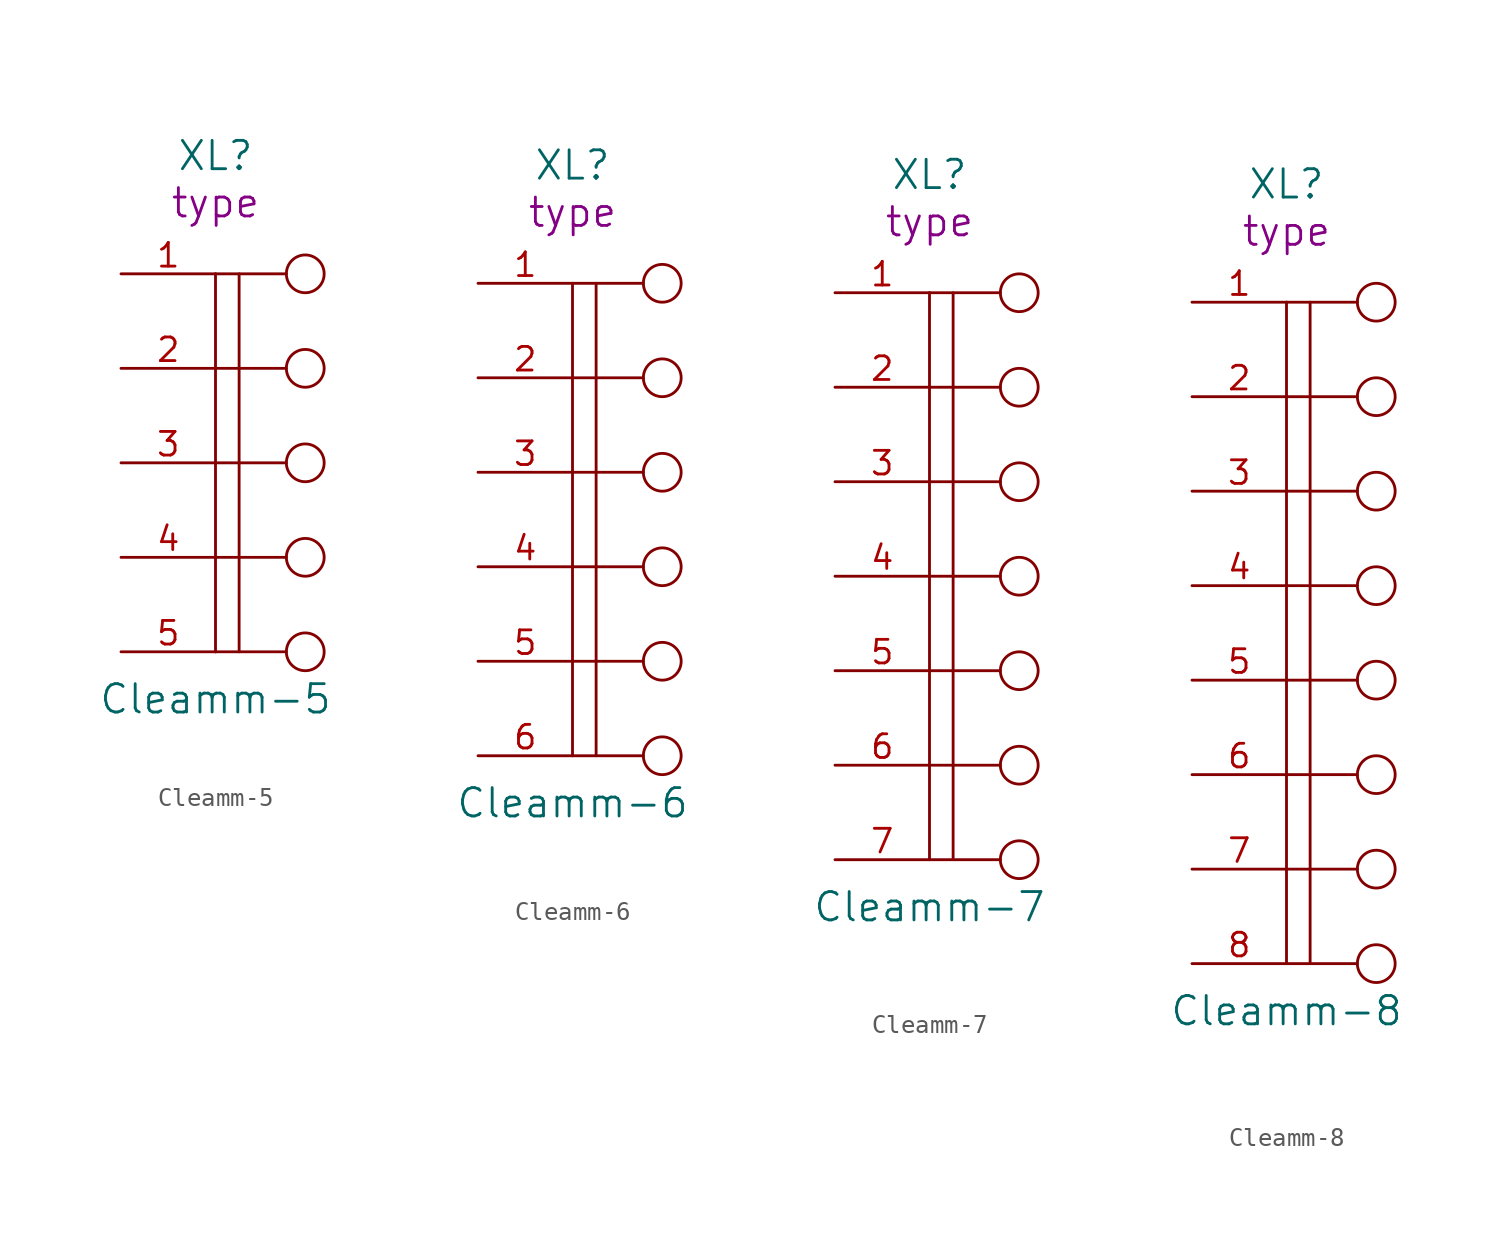
<source format=kicad_sym>
(kicad_symbol_lib
  (version 20220914)
  (generator kicad_symbol_editor)
  (symbol "Cleamm-5"
    (pin_names
      (offset 1.016) hide)
    (property "Reference" "XL"
      (at -3.81 16.51 0)
      (do_not_autoplace)
      (effects (font (size 1.524 1.524))))
    (property "Value" "Cleamm-5"
      (at -3.81 -12.7 0)
      (do_not_autoplace)
      (effects (font (size 1.524 1.524))))
    (property "Datasheet" ""
      (at 0 0 0)
      (effects (font (size 1.524 1.524))))
    (property "Type" "type"
      (at -3.81 13.97 0)
      (do_not_autoplace)
      (effects (font (size 1.524 1.524))))
    (symbol "Cleamm-5_0_1"
      (polyline (pts (xy -3.81 10.16) (xy -3.81 -10.16)) (stroke (width 0) (type solid)) (fill (type none)))
      (polyline (pts (xy -2.54 10.16) (xy -2.54 -10.16)) (stroke (width 0) (type solid)) (fill (type none)))
      (polyline (pts (xy 0 -10.16) (xy -3.81 -10.16)) (stroke (width 0) (type solid)) (fill (type none)))
      (polyline (pts (xy 0 -5.08) (xy -3.81 -5.08)) (stroke (width 0) (type solid)) (fill (type none)))
      (polyline (pts (xy 0 0) (xy -3.81 0)) (stroke (width 0) (type solid)) (fill (type none)))
      (polyline (pts (xy 0 5.08) (xy -3.81 5.08)) (stroke (width 0) (type solid)) (fill (type none)))
      (polyline (pts (xy 0 10.16) (xy -3.81 10.16)) (stroke (width 0) (type solid)) (fill (type none)))
      (circle (center 1.016 -10.16) (radius 1.016) (stroke (width 0) (type solid)) (fill (type none)))
      (circle (center 1.016 -5.08) (radius 1.016) (stroke (width 0) (type solid)) (fill (type none)))
      (circle (center 1.016 0) (radius 1.016) (stroke (width 0) (type solid)) (fill (type none)))
      (circle (center 1.016 5.08) (radius 1.016) (stroke (width 0) (type solid)) (fill (type none)))
      (circle (center 1.016 10.16) (radius 1.016) (stroke (width 0) (type solid)) (fill (type none))))
    (symbol "Cleamm-5_1_1"
      (pin passive line (at -8.89 10.16 0) (length 5.08) (name "~" (effects (font (size 1.27 1.27)))) (number "1" (effects (font (size 1.27 1.27)))))
      (pin passive line (at -8.89 5.08 0) (length 5.08) (name "~" (effects (font (size 1.27 1.27)))) (number "2" (effects (font (size 1.27 1.27)))))
      (pin passive line (at -8.89 0 0) (length 5.08) (name "~" (effects (font (size 1.27 1.27)))) (number "3" (effects (font (size 1.27 1.27)))))
      (pin passive line (at -8.89 -5.08 0) (length 5.08) (name "~" (effects (font (size 1.27 1.27)))) (number "4" (effects (font (size 1.27 1.27)))))
      (pin passive line (at -8.89 -10.16 0) (length 5.08) (name "~" (effects (font (size 1.27 1.27)))) (number "5" (effects (font (size 1.27 1.27)))))))
  (symbol "Cleamm-6"
    (pin_names
      (offset 1.016) hide)
    (property "Reference" "XL"
      (at -3.81 19.05 0)
      (do_not_autoplace)
      (effects (font (size 1.524 1.524))))
    (property "Value" "Cleamm-6"
      (at -3.81 -15.24 0)
      (do_not_autoplace)
      (effects (font (size 1.524 1.524))))
    (property "Datasheet" ""
      (at 0 2.54 0)
      (effects (font (size 1.524 1.524))))
    (property "Type" "type"
      (at -3.81 16.51 0)
      (do_not_autoplace)
      (effects (font (size 1.524 1.524))))
    (symbol "Cleamm-6_0_1"
      (polyline (pts (xy -3.81 12.7) (xy -3.81 -12.7)) (stroke (width 0) (type solid)) (fill (type none)))
      (polyline (pts (xy -2.54 12.7) (xy -2.54 -12.7)) (stroke (width 0) (type solid)) (fill (type none)))
      (polyline (pts (xy 0 -12.7) (xy -3.81 -12.7)) (stroke (width 0) (type solid)) (fill (type none)))
      (polyline (pts (xy 0 -7.62) (xy -3.81 -7.62)) (stroke (width 0) (type solid)) (fill (type none)))
      (polyline (pts (xy 0 -2.54) (xy -3.81 -2.54)) (stroke (width 0) (type solid)) (fill (type none)))
      (polyline (pts (xy 0 2.54) (xy -3.81 2.54)) (stroke (width 0) (type solid)) (fill (type none)))
      (polyline (pts (xy 0 7.62) (xy -3.81 7.62)) (stroke (width 0) (type solid)) (fill (type none)))
      (polyline (pts (xy 0 12.7) (xy -3.81 12.7)) (stroke (width 0) (type solid)) (fill (type none)))
      (circle (center 1.016 -12.7) (radius 1.016) (stroke (width 0) (type solid)) (fill (type none)))
      (circle (center 1.016 -7.62) (radius 1.016) (stroke (width 0) (type solid)) (fill (type none)))
      (circle (center 1.016 -2.54) (radius 1.016) (stroke (width 0) (type solid)) (fill (type none)))
      (circle (center 1.016 2.54) (radius 1.016) (stroke (width 0) (type solid)) (fill (type none)))
      (circle (center 1.016 7.62) (radius 1.016) (stroke (width 0) (type solid)) (fill (type none)))
      (circle (center 1.016 12.7) (radius 1.016) (stroke (width 0) (type solid)) (fill (type none))))
    (symbol "Cleamm-6_1_1"
      (pin passive line (at -8.89 12.7 0) (length 5.08) (name "~" (effects (font (size 1.27 1.27)))) (number "1" (effects (font (size 1.27 1.27)))))
      (pin passive line (at -8.89 7.62 0) (length 5.08) (name "~" (effects (font (size 1.27 1.27)))) (number "2" (effects (font (size 1.27 1.27)))))
      (pin passive line (at -8.89 2.54 0) (length 5.08) (name "~" (effects (font (size 1.27 1.27)))) (number "3" (effects (font (size 1.27 1.27)))))
      (pin passive line (at -8.89 -2.54 0) (length 5.08) (name "~" (effects (font (size 1.27 1.27)))) (number "4" (effects (font (size 1.27 1.27)))))
      (pin passive line (at -8.89 -7.62 0) (length 5.08) (name "~" (effects (font (size 1.27 1.27)))) (number "5" (effects (font (size 1.27 1.27)))))
      (pin passive line (at -8.89 -12.7 0) (length 5.08) (name "~" (effects (font (size 1.27 1.27)))) (number "6" (effects (font (size 1.27 1.27)))))))
  (symbol "Cleamm-7"
    (pin_names
      (offset 1.016) hide)
    (property "Reference" "XL"
      (at -3.81 21.59 0)
      (do_not_autoplace)
      (effects (font (size 1.524 1.524))))
    (property "Value" "Cleamm-7"
      (at -3.81 -17.78 0)
      (do_not_autoplace)
      (effects (font (size 1.524 1.524))))
    (property "Datasheet" ""
      (at 0 5.08 0)
      (effects (font (size 1.524 1.524))))
    (property "Type" "type"
      (at -3.81 19.05 0)
      (do_not_autoplace)
      (effects (font (size 1.524 1.524))))
    (symbol "Cleamm-7_0_1"
      (polyline (pts (xy -3.81 15.24) (xy -3.81 -15.24)) (stroke (width 0) (type solid)) (fill (type none)))
      (polyline (pts (xy -2.54 15.24) (xy -2.54 -15.24)) (stroke (width 0) (type solid)) (fill (type none)))
      (polyline (pts (xy 0 -15.24) (xy -3.81 -15.24)) (stroke (width 0) (type solid)) (fill (type none)))
      (polyline (pts (xy 0 -10.16) (xy -3.81 -10.16)) (stroke (width 0) (type solid)) (fill (type none)))
      (polyline (pts (xy 0 -5.08) (xy -3.81 -5.08)) (stroke (width 0) (type solid)) (fill (type none)))
      (polyline (pts (xy 0 0) (xy -3.81 0)) (stroke (width 0) (type solid)) (fill (type none)))
      (polyline (pts (xy 0 5.08) (xy -3.81 5.08)) (stroke (width 0) (type solid)) (fill (type none)))
      (polyline (pts (xy 0 10.16) (xy -3.81 10.16)) (stroke (width 0) (type solid)) (fill (type none)))
      (polyline (pts (xy 0 15.24) (xy -3.81 15.24)) (stroke (width 0) (type solid)) (fill (type none)))
      (circle (center 1.016 -15.24) (radius 1.016) (stroke (width 0) (type solid)) (fill (type none)))
      (circle (center 1.016 -10.16) (radius 1.016) (stroke (width 0) (type solid)) (fill (type none)))
      (circle (center 1.016 -5.08) (radius 1.016) (stroke (width 0) (type solid)) (fill (type none)))
      (circle (center 1.016 0) (radius 1.016) (stroke (width 0) (type solid)) (fill (type none)))
      (circle (center 1.016 5.08) (radius 1.016) (stroke (width 0) (type solid)) (fill (type none)))
      (circle (center 1.016 10.16) (radius 1.016) (stroke (width 0) (type solid)) (fill (type none)))
      (circle (center 1.016 15.24) (radius 1.016) (stroke (width 0) (type solid)) (fill (type none))))
    (symbol "Cleamm-7_1_1"
      (pin passive line (at -8.89 15.24 0) (length 5.08) (name "~" (effects (font (size 1.27 1.27)))) (number "1" (effects (font (size 1.27 1.27)))))
      (pin passive line (at -8.89 10.16 0) (length 5.08) (name "~" (effects (font (size 1.27 1.27)))) (number "2" (effects (font (size 1.27 1.27)))))
      (pin passive line (at -8.89 5.08 0) (length 5.08) (name "~" (effects (font (size 1.27 1.27)))) (number "3" (effects (font (size 1.27 1.27)))))
      (pin passive line (at -8.89 0 0) (length 5.08) (name "~" (effects (font (size 1.27 1.27)))) (number "4" (effects (font (size 1.27 1.27)))))
      (pin passive line (at -8.89 -5.08 0) (length 5.08) (name "~" (effects (font (size 1.27 1.27)))) (number "5" (effects (font (size 1.27 1.27)))))
      (pin passive line (at -8.89 -10.16 0) (length 5.08) (name "~" (effects (font (size 1.27 1.27)))) (number "6" (effects (font (size 1.27 1.27)))))
      (pin passive line (at -8.89 -15.24 0) (length 5.08) (name "~" (effects (font (size 1.27 1.27)))) (number "7" (effects (font (size 1.27 1.27)))))))
  (symbol "Cleamm-8"
    (pin_names
      (offset 1.016) hide)
    (property "Reference" "XL"
      (at -3.81 24.13 0)
      (do_not_autoplace)
      (effects (font (size 1.524 1.524))))
    (property "Value" "Cleamm-8"
      (at -3.81 -20.32 0)
      (do_not_autoplace)
      (effects (font (size 1.524 1.524))))
    (property "Datasheet" ""
      (at 0 7.62 0)
      (effects (font (size 1.524 1.524))))
    (property "Type" "type"
      (at -3.81 21.59 0)
      (do_not_autoplace)
      (effects (font (size 1.524 1.524))))
    (symbol "Cleamm-8_0_1"
      (polyline (pts (xy -3.81 17.78) (xy -3.81 -17.78)) (stroke (width 0) (type solid)) (fill (type none)))
      (polyline (pts (xy -2.54 17.78) (xy -2.54 -17.78)) (stroke (width 0) (type solid)) (fill (type none)))
      (polyline (pts (xy 0 -17.78) (xy -3.81 -17.78)) (stroke (width 0) (type solid)) (fill (type none)))
      (polyline (pts (xy 0 -12.7) (xy -3.81 -12.7)) (stroke (width 0) (type solid)) (fill (type none)))
      (polyline (pts (xy 0 -2.54) (xy -3.81 -2.54)) (stroke (width 0) (type solid)) (fill (type none)))
      (polyline (pts (xy 0 2.54) (xy -3.81 2.54)) (stroke (width 0) (type solid)) (fill (type none)))
      (polyline (pts (xy 0 7.62) (xy -3.81 7.62)) (stroke (width 0) (type solid)) (fill (type none)))
      (polyline (pts (xy 0 12.7) (xy -3.81 12.7)) (stroke (width 0) (type solid)) (fill (type none)))
      (polyline (pts (xy 0 17.78) (xy -3.81 17.78)) (stroke (width 0) (type solid)) (fill (type none)))
      (polyline (pts (xy 0 -7.62) (xy -2.54 -7.62) (xy -3.81 -7.62)) (stroke (width 0) (type solid)) (fill (type none)))
      (circle (center 1.016 -17.78) (radius 1.016) (stroke (width 0) (type solid)) (fill (type none)))
      (circle (center 1.016 -12.7) (radius 1.016) (stroke (width 0) (type solid)) (fill (type none)))
      (circle (center 1.016 -7.62) (radius 1.016) (stroke (width 0) (type solid)) (fill (type none)))
      (circle (center 1.016 -2.54) (radius 1.016) (stroke (width 0) (type solid)) (fill (type none)))
      (circle (center 1.016 2.54) (radius 1.016) (stroke (width 0) (type solid)) (fill (type none)))
      (circle (center 1.016 7.62) (radius 1.016) (stroke (width 0) (type solid)) (fill (type none)))
      (circle (center 1.016 12.7) (radius 1.016) (stroke (width 0) (type solid)) (fill (type none)))
      (circle (center 1.016 17.78) (radius 1.016) (stroke (width 0) (type solid)) (fill (type none))))
    (symbol "Cleamm-8_1_1"
      (pin passive line (at -8.89 17.78 0) (length 5.08) (name "~" (effects (font (size 1.27 1.27)))) (number "1" (effects (font (size 1.27 1.27)))))
      (pin passive line (at -8.89 12.7 0) (length 5.08) (name "~" (effects (font (size 1.27 1.27)))) (number "2" (effects (font (size 1.27 1.27)))))
      (pin passive line (at -8.89 7.62 0) (length 5.08) (name "~" (effects (font (size 1.27 1.27)))) (number "3" (effects (font (size 1.27 1.27)))))
      (pin passive line (at -8.89 2.54 0) (length 5.08) (name "~" (effects (font (size 1.27 1.27)))) (number "4" (effects (font (size 1.27 1.27)))))
      (pin passive line (at -8.89 -2.54 0) (length 5.08) (name "~" (effects (font (size 1.27 1.27)))) (number "5" (effects (font (size 1.27 1.27)))))
      (pin passive line (at -8.89 -7.62 0) (length 5.08) (name "~" (effects (font (size 1.27 1.27)))) (number "6" (effects (font (size 1.27 1.27)))))
      (pin passive line (at -8.89 -12.7 0) (length 5.08) (name "~" (effects (font (size 1.27 1.27)))) (number "7" (effects (font (size 1.27 1.27)))))
      (pin passive line (at -8.89 -17.78 0) (length 5.08) (name "~" (effects (font (size 1.27 1.27)))) (number "8" (effects (font (size 1.27 1.27))))))))
</source>
